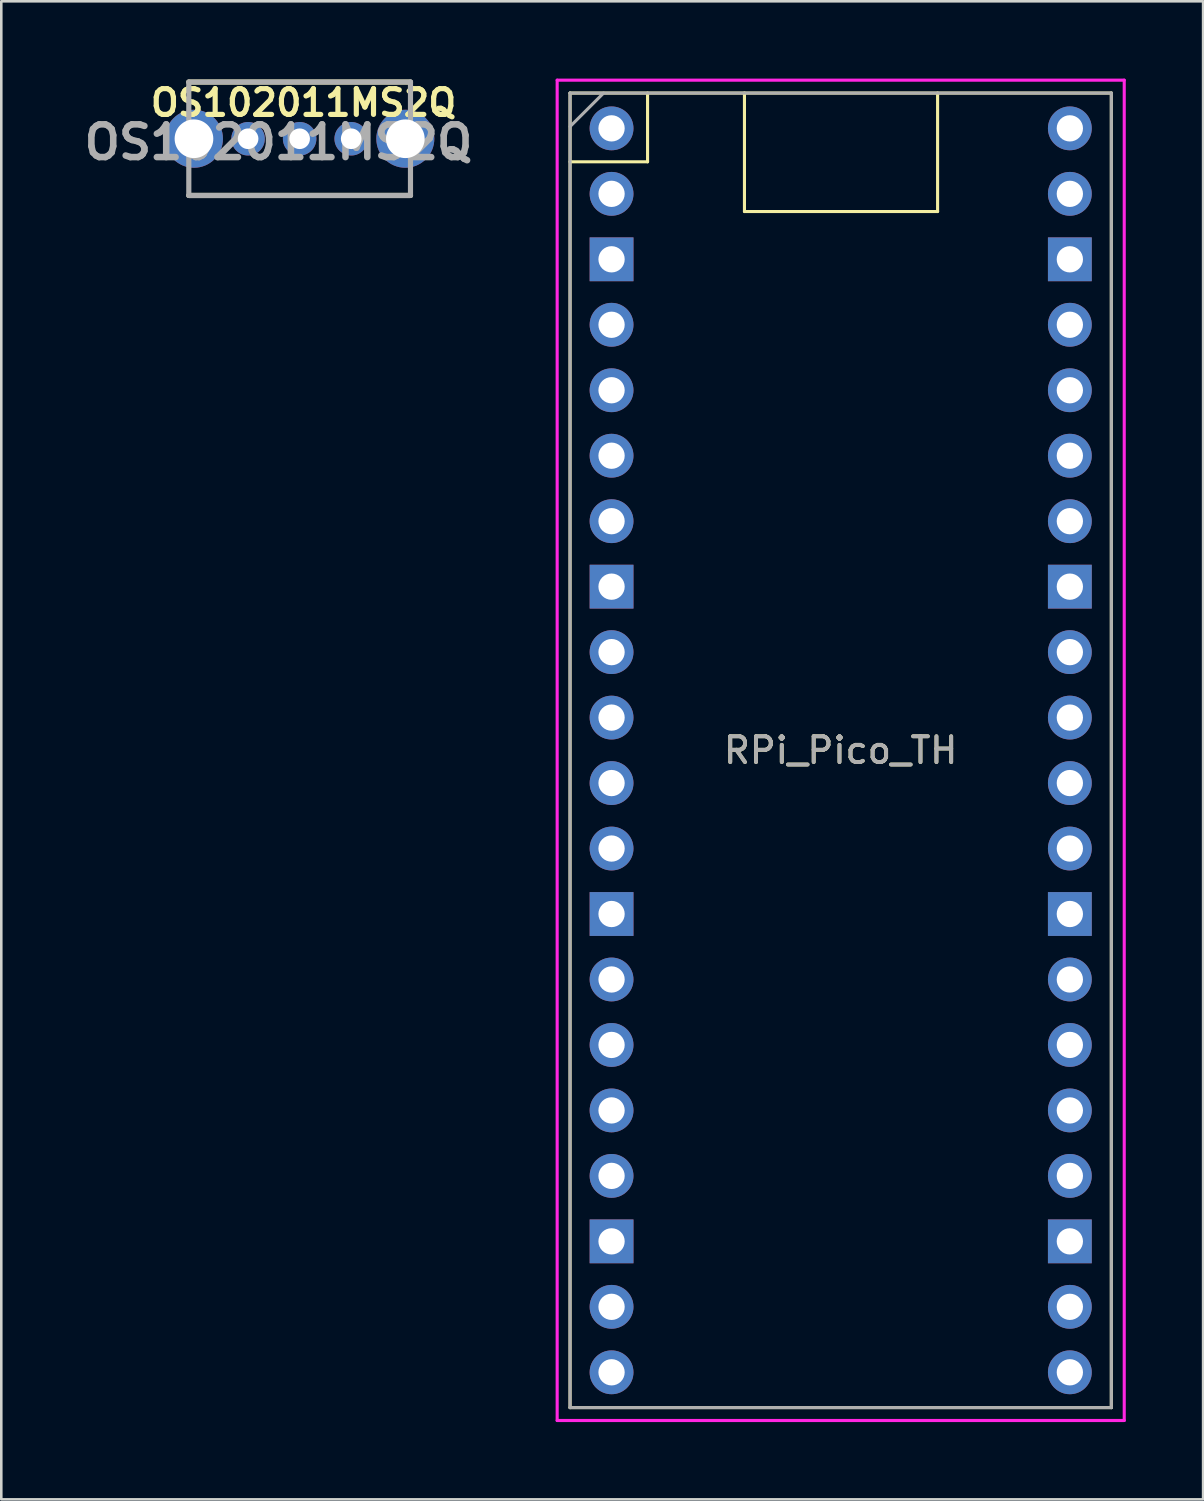
<source format=kicad_pcb>
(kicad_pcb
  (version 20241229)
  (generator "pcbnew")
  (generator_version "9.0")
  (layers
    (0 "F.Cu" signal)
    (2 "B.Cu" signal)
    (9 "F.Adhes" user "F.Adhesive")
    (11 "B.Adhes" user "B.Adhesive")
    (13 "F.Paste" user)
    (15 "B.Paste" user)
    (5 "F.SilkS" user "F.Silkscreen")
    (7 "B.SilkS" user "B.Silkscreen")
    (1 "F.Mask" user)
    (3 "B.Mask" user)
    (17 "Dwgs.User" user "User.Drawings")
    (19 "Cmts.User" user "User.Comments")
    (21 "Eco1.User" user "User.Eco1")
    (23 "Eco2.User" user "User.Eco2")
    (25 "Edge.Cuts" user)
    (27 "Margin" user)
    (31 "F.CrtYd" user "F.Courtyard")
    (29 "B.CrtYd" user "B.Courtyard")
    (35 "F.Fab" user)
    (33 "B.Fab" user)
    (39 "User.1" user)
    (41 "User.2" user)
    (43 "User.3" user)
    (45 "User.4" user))
  (footprint "OS102011MS2Q"
    (layer "F.Cu")
    (at 8.575 2.333)
    (property "Reference" "OS102011MS2Q" (at 0.151 -1.397 0) (layer "F.SilkS") (effects (font (size 1 1) (thickness 0.2))))
    (attr through_hole)
    (fp_line (start -4.3 -2.2) (end 4.3 -2.2) (stroke (width 0.2) (type solid)) (layer "F.SilkS"))
    (fp_line (start -4.3 2.2) (end 4.3 2.2) (stroke (width 0.2) (type solid)) (layer "F.SilkS"))
    (fp_line (start -4.3 -2.2) (end 4.3 -2.2) (stroke (width 0.2) (type solid)) (layer "F.Fab"))
    (fp_line (start -4.3 2.2) (end -4.3 -2.2) (stroke (width 0.2) (type solid)) (layer "F.Fab"))
    (fp_line (start 4.3 -2.2) (end 4.3 2.2) (stroke (width 0.2) (type solid)) (layer "F.Fab"))
    (fp_line (start 4.3 2.2) (end -4.3 2.2) (stroke (width 0.2) (type solid)) (layer "F.Fab"))
    (fp_text user "${REFERENCE}" (at -0.822 0.137 0) (layer "F.Fab") (effects (font (size 1.27 1.27) (thickness 0.254))))
    (pad "1" thru_hole circle (at -2 0) (size 1.3 1.3) (drill 0.8) (layers "*.Cu" "*.Mask"))
    (pad "2" thru_hole circle (at 0 0) (size 1.3 1.3) (drill 0.8) (layers "*.Cu" "*.Mask"))
    (pad "3" thru_hole circle (at 2 0) (size 1.3 1.3) (drill 0.8) (layers "*.Cu" "*.Mask"))
    (pad "4" thru_hole circle (at -4.1 0) (size 2.25 2.25) (drill 1.5) (layers "*.Cu" "*.Mask"))
    (pad "5" thru_hole circle (at 4.1 0) (size 2.25 2.25) (drill 1.5) (layers "*.Cu" "*.Mask")))
  (footprint "RPi_Pico_TH"
    (layer "F.Cu")
    (at 29.566 26.06)
    (property "Reference" "RPi_Pico_TH" (at 0 0 0) (layer "F.SilkS") (effects (font (size 1 1) (thickness 0.15))))
    (attr through_hole)
    (fp_line (start -10.5 -25.5) (end -10.5 25.5) (stroke (width 0.12) (type solid)) (layer "F.SilkS"))
    (fp_line (start -10.5 -25.5) (end 10.5 -25.5) (stroke (width 0.12) (type solid)) (layer "F.SilkS"))
    (fp_line (start -10.5 -22.833) (end -7.493 -22.833) (stroke (width 0.12) (type solid)) (layer "F.SilkS"))
    (fp_line (start -7.493 -22.833) (end -7.493 -25.5) (stroke (width 0.12) (type solid)) (layer "F.SilkS"))
    (fp_line (start -3.734 -25.502) (end -3.734 -20.904) (stroke (width 0.12) (type solid)) (layer "F.SilkS"))
    (fp_line (start -3.734 -20.904) (end 3.759 -20.904) (stroke (width 0.12) (type solid)) (layer "F.SilkS"))
    (fp_line (start 3.759 -20.904) (end 3.759 -25.502) (stroke (width 0.12) (type solid)) (layer "F.SilkS"))
    (fp_line (start 10.5 -25.5) (end 10.5 25.5) (stroke (width 0.12) (type solid)) (layer "F.SilkS"))
    (fp_line (start 10.5 25.5) (end -10.5 25.5) (stroke (width 0.12) (type solid)) (layer "F.SilkS"))
    (fp_line (start -11 -26) (end 11 -26) (stroke (width 0.12) (type solid)) (layer "F.CrtYd"))
    (fp_line (start -11 26) (end -11 -26) (stroke (width 0.12) (type solid)) (layer "F.CrtYd"))
    (fp_line (start 11 -26) (end 11 26) (stroke (width 0.12) (type solid)) (layer "F.CrtYd"))
    (fp_line (start 11 26) (end -11 26) (stroke (width 0.12) (type solid)) (layer "F.CrtYd"))
    (fp_line (start -10.5 -25.5) (end 10.5 -25.5) (stroke (width 0.12) (type solid)) (layer "F.Fab"))
    (fp_line (start -10.5 -24.2) (end -9.2 -25.5) (stroke (width 0.12) (type solid)) (layer "F.Fab"))
    (fp_line (start -10.5 25.5) (end -10.5 -25.5) (stroke (width 0.12) (type solid)) (layer "F.Fab"))
    (fp_line (start 10.5 -25.5) (end 10.5 25.5) (stroke (width 0.12) (type solid)) (layer "F.Fab"))
    (fp_line (start 10.5 25.5) (end -10.5 25.5) (stroke (width 0.12) (type solid)) (layer "F.Fab"))
    (fp_text user "${REFERENCE}" (at 0 0 180) (layer "F.Fab") (effects (font (size 1 1) (thickness 0.15))))
    (pad "1" thru_hole oval (at -8.89 -24.13) (size 1.7 1.7) (drill 1.02) (layers "*.Cu" "*.Mask"))
    (pad "2" thru_hole oval (at -8.89 -21.59) (size 1.7 1.7) (drill 1.02) (layers "*.Cu" "*.Mask"))
    (pad "3" thru_hole rect (at -8.89 -19.05) (size 1.7 1.7) (drill 1.02) (layers "*.Cu" "*.Mask"))
    (pad "4" thru_hole oval (at -8.89 -16.51) (size 1.7 1.7) (drill 1.02) (layers "*.Cu" "*.Mask"))
    (pad "5" thru_hole oval (at -8.89 -13.97) (size 1.7 1.7) (drill 1.02) (layers "*.Cu" "*.Mask"))
    (pad "6" thru_hole oval (at -8.89 -11.43) (size 1.7 1.7) (drill 1.02) (layers "*.Cu" "*.Mask"))
    (pad "7" thru_hole oval (at -8.89 -8.89) (size 1.7 1.7) (drill 1.02) (layers "*.Cu" "*.Mask"))
    (pad "8" thru_hole rect (at -8.89 -6.35) (size 1.7 1.7) (drill 1.02) (layers "*.Cu" "*.Mask"))
    (pad "9" thru_hole oval (at -8.89 -3.81) (size 1.7 1.7) (drill 1.02) (layers "*.Cu" "*.Mask"))
    (pad "10" thru_hole oval (at -8.89 -1.27) (size 1.7 1.7) (drill 1.02) (layers "*.Cu" "*.Mask"))
    (pad "11" thru_hole oval (at -8.89 1.27) (size 1.7 1.7) (drill 1.02) (layers "*.Cu" "*.Mask"))
    (pad "12" thru_hole oval (at -8.89 3.81) (size 1.7 1.7) (drill 1.02) (layers "*.Cu" "*.Mask"))
    (pad "13" thru_hole rect (at -8.89 6.35) (size 1.7 1.7) (drill 1.02) (layers "*.Cu" "*.Mask"))
    (pad "14" thru_hole oval (at -8.89 8.89) (size 1.7 1.7) (drill 1.02) (layers "*.Cu" "*.Mask"))
    (pad "15" thru_hole oval (at -8.89 11.43) (size 1.7 1.7) (drill 1.02) (layers "*.Cu" "*.Mask"))
    (pad "16" thru_hole oval (at -8.89 13.97) (size 1.7 1.7) (drill 1.02) (layers "*.Cu" "*.Mask"))
    (pad "17" thru_hole oval (at -8.89 16.51) (size 1.7 1.7) (drill 1.02) (layers "*.Cu" "*.Mask"))
    (pad "18" thru_hole rect (at -8.89 19.05) (size 1.7 1.7) (drill 1.02) (layers "*.Cu" "*.Mask"))
    (pad "19" thru_hole oval (at -8.89 21.59) (size 1.7 1.7) (drill 1.02) (layers "*.Cu" "*.Mask"))
    (pad "20" thru_hole oval (at -8.89 24.13) (size 1.7 1.7) (drill 1.02) (layers "*.Cu" "*.Mask"))
    (pad "21" thru_hole oval (at 8.89 24.13) (size 1.7 1.7) (drill 1.02) (layers "*.Cu" "*.Mask"))
    (pad "22" thru_hole oval (at 8.89 21.59) (size 1.7 1.7) (drill 1.02) (layers "*.Cu" "*.Mask"))
    (pad "23" thru_hole rect (at 8.89 19.05) (size 1.7 1.7) (drill 1.02) (layers "*.Cu" "*.Mask"))
    (pad "24" thru_hole oval (at 8.89 16.51) (size 1.7 1.7) (drill 1.02) (layers "*.Cu" "*.Mask"))
    (pad "25" thru_hole oval (at 8.89 13.97) (size 1.7 1.7) (drill 1.02) (layers "*.Cu" "*.Mask"))
    (pad "26" thru_hole oval (at 8.89 11.43) (size 1.7 1.7) (drill 1.02) (layers "*.Cu" "*.Mask"))
    (pad "27" thru_hole oval (at 8.89 8.89) (size 1.7 1.7) (drill 1.02) (layers "*.Cu" "*.Mask"))
    (pad "28" thru_hole rect (at 8.89 6.35) (size 1.7 1.7) (drill 1.02) (layers "*.Cu" "*.Mask"))
    (pad "29" thru_hole oval (at 8.89 3.81) (size 1.7 1.7) (drill 1.02) (layers "*.Cu" "*.Mask"))
    (pad "30" thru_hole oval (at 8.89 1.27) (size 1.7 1.7) (drill 1.02) (layers "*.Cu" "*.Mask"))
    (pad "31" thru_hole oval (at 8.89 -1.27) (size 1.7 1.7) (drill 1.02) (layers "*.Cu" "*.Mask"))
    (pad "32" thru_hole oval (at 8.89 -3.81) (size 1.7 1.7) (drill 1.02) (layers "*.Cu" "*.Mask"))
    (pad "33" thru_hole rect (at 8.89 -6.35) (size 1.7 1.7) (drill 1.02) (layers "*.Cu" "*.Mask"))
    (pad "34" thru_hole oval (at 8.89 -8.89) (size 1.7 1.7) (drill 1.02) (layers "*.Cu" "*.Mask"))
    (pad "35" thru_hole oval (at 8.89 -11.43) (size 1.7 1.7) (drill 1.02) (layers "*.Cu" "*.Mask"))
    (pad "36" thru_hole oval (at 8.89 -13.97) (size 1.7 1.7) (drill 1.02) (layers "*.Cu" "*.Mask"))
    (pad "37" thru_hole oval (at 8.89 -16.51) (size 1.7 1.7) (drill 1.02) (layers "*.Cu" "*.Mask"))
    (pad "38" thru_hole rect (at 8.89 -19.05) (size 1.7 1.7) (drill 1.02) (layers "*.Cu" "*.Mask"))
    (pad "39" thru_hole oval (at 8.89 -21.59) (size 1.7 1.7) (drill 1.02) (layers "*.Cu" "*.Mask"))
    (pad "40" thru_hole oval (at 8.89 -24.13) (size 1.7 1.7) (drill 1.02) (layers "*.Cu" "*.Mask")))
  (gr_rect
    (start -3 -3)
    (end 43.626 55.12)
    (stroke (width 0.1) (type default))
    (fill no)
    (layer "Edge.Cuts")))
</source>
